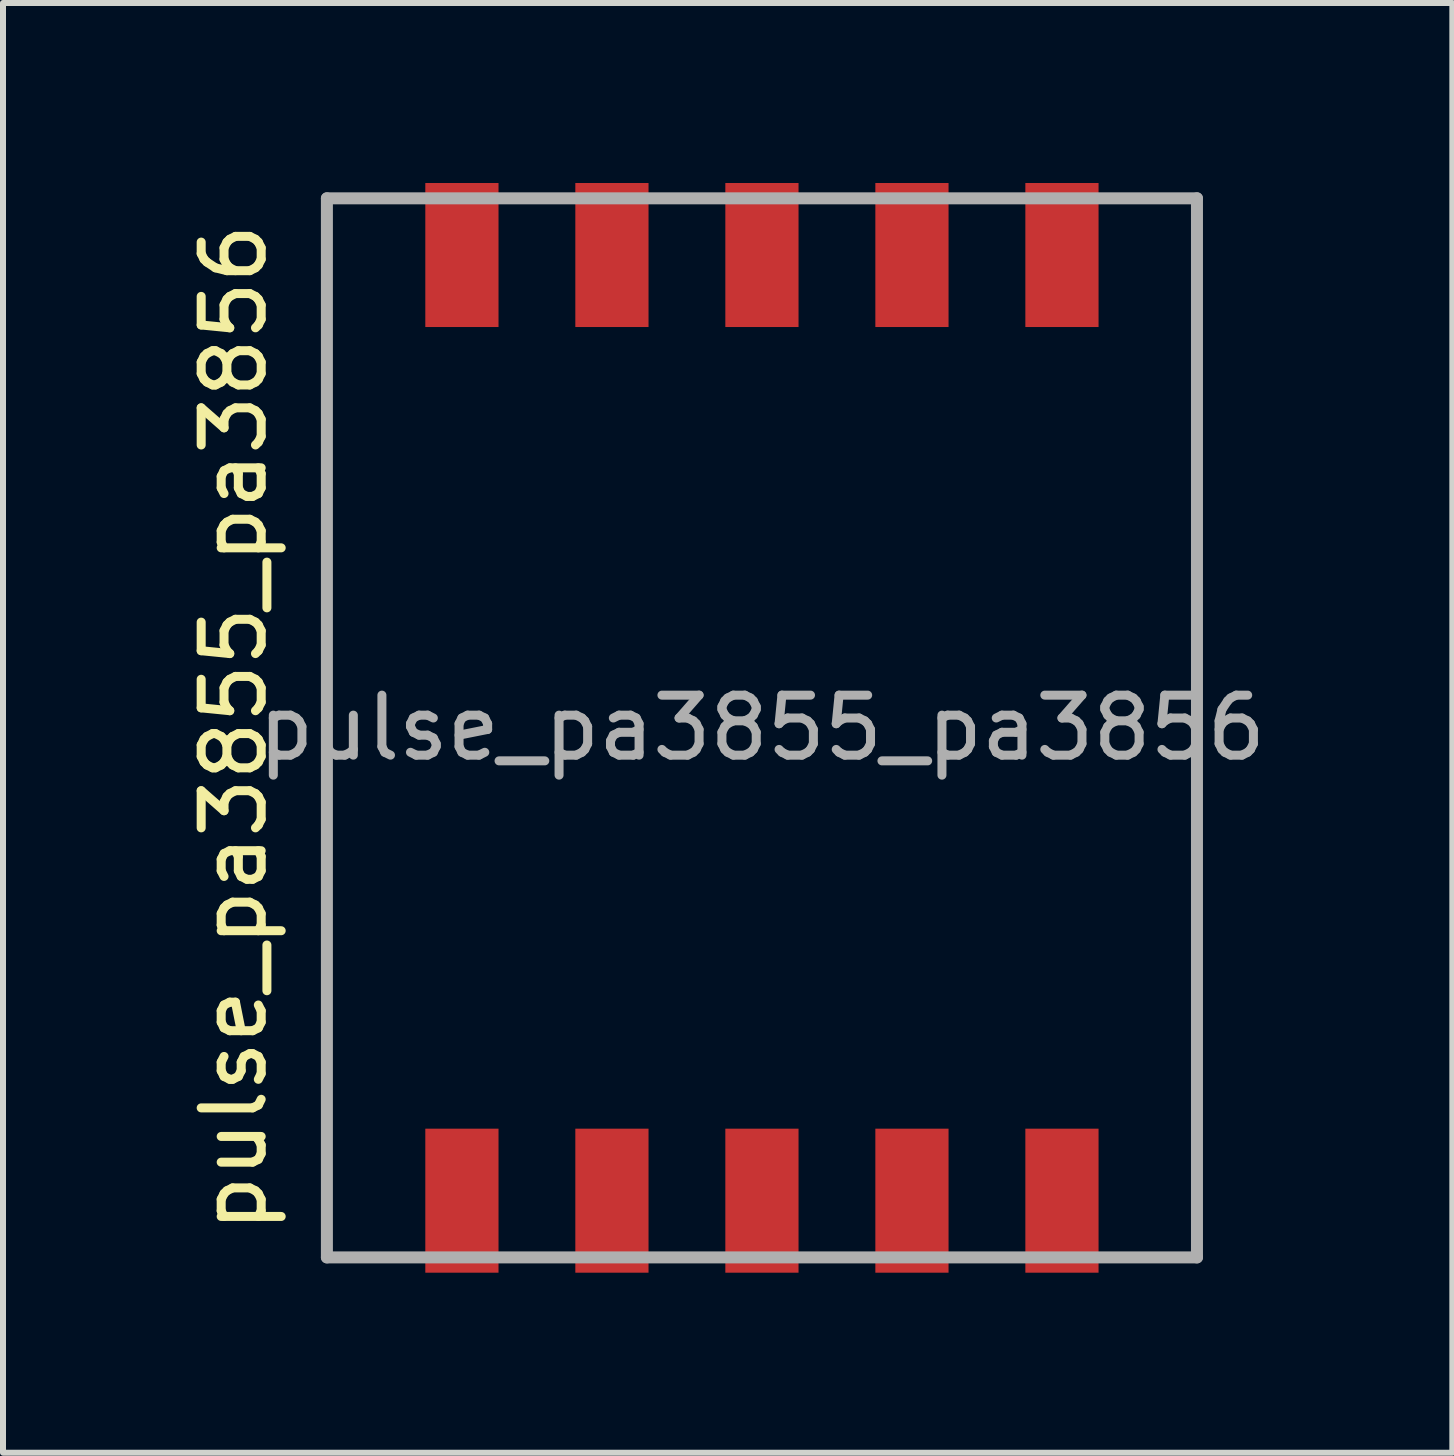
<source format=kicad_pcb>
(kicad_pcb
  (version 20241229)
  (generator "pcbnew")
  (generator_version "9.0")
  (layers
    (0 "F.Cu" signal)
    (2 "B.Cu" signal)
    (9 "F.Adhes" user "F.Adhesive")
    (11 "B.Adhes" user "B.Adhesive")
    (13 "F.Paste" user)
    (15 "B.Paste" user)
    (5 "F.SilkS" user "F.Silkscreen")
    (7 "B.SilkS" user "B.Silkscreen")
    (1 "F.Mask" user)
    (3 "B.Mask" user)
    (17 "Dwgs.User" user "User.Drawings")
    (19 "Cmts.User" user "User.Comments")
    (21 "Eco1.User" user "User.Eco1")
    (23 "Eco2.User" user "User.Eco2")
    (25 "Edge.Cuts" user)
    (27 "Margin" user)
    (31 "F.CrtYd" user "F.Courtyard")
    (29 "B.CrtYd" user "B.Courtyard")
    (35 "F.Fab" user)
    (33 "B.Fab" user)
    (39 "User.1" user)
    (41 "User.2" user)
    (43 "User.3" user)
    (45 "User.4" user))
  (footprint "pulse_pa3855_pa3856"
    (layer "F.Cu")
    (at 9.648 9.08)
    (property "Reference" "pulse_pa3855_pa3856" (at -8.8 0 90) (layer "F.SilkS") (effects (font (size 1 1) (thickness 0.15))))
    (attr through_hole)
    (fp_line (start -7.25 -8.825) (end -7.25 8.825) (stroke (width 0.2) (type solid)) (layer "F.Fab"))
    (fp_line (start 7.25 -8.825) (end -7.25 -8.825) (stroke (width 0.2) (type solid)) (layer "F.Fab"))
    (fp_line (start 7.25 8.825) (end -7.25 8.825) (stroke (width 0.2) (type solid)) (layer "F.Fab"))
    (fp_line (start 7.25 8.825) (end 7.25 -8.825) (stroke (width 0.2) (type solid)) (layer "F.Fab"))
    (fp_text user "${REFERENCE}" (at 0 0 0) (layer "F.Fab") (effects (font (size 1 1) (thickness 0.15))))
    (pad "1" smd rect (at 5 7.88) (size 1.22 2.4) (layers "F.Cu" "F.Mask" "F.Paste"))
    (pad "2" smd rect (at 2.5 7.88) (size 1.22 2.4) (layers "F.Cu" "F.Mask" "F.Paste"))
    (pad "3" smd rect (at 0 7.88) (size 1.22 2.4) (layers "F.Cu" "F.Mask" "F.Paste"))
    (pad "4" smd rect (at -2.5 7.88) (size 1.22 2.4) (layers "F.Cu" "F.Mask" "F.Paste"))
    (pad "5" smd rect (at -5 7.88) (size 1.22 2.4) (layers "F.Cu" "F.Mask" "F.Paste"))
    (pad "6" smd rect (at -5 -7.88) (size 1.22 2.4) (layers "F.Cu" "F.Mask" "F.Paste"))
    (pad "7" smd rect (at -2.5 -7.88) (size 1.22 2.4) (layers "F.Cu" "F.Mask" "F.Paste"))
    (pad "8" smd rect (at 0 -7.88) (size 1.22 2.4) (layers "F.Cu" "F.Mask" "F.Paste"))
    (pad "9" smd rect (at 2.5 -7.88) (size 1.22 2.4) (layers "F.Cu" "F.Mask" "F.Paste"))
    (pad "10" smd rect (at 5 -7.88) (size 1.22 2.4) (layers "F.Cu" "F.Mask" "F.Paste")))
  (gr_rect
    (start -3 -3)
    (end 21.154 21.16)
    (stroke (width 0.1) (type default))
    (fill no)
    (layer "Edge.Cuts")))
</source>
